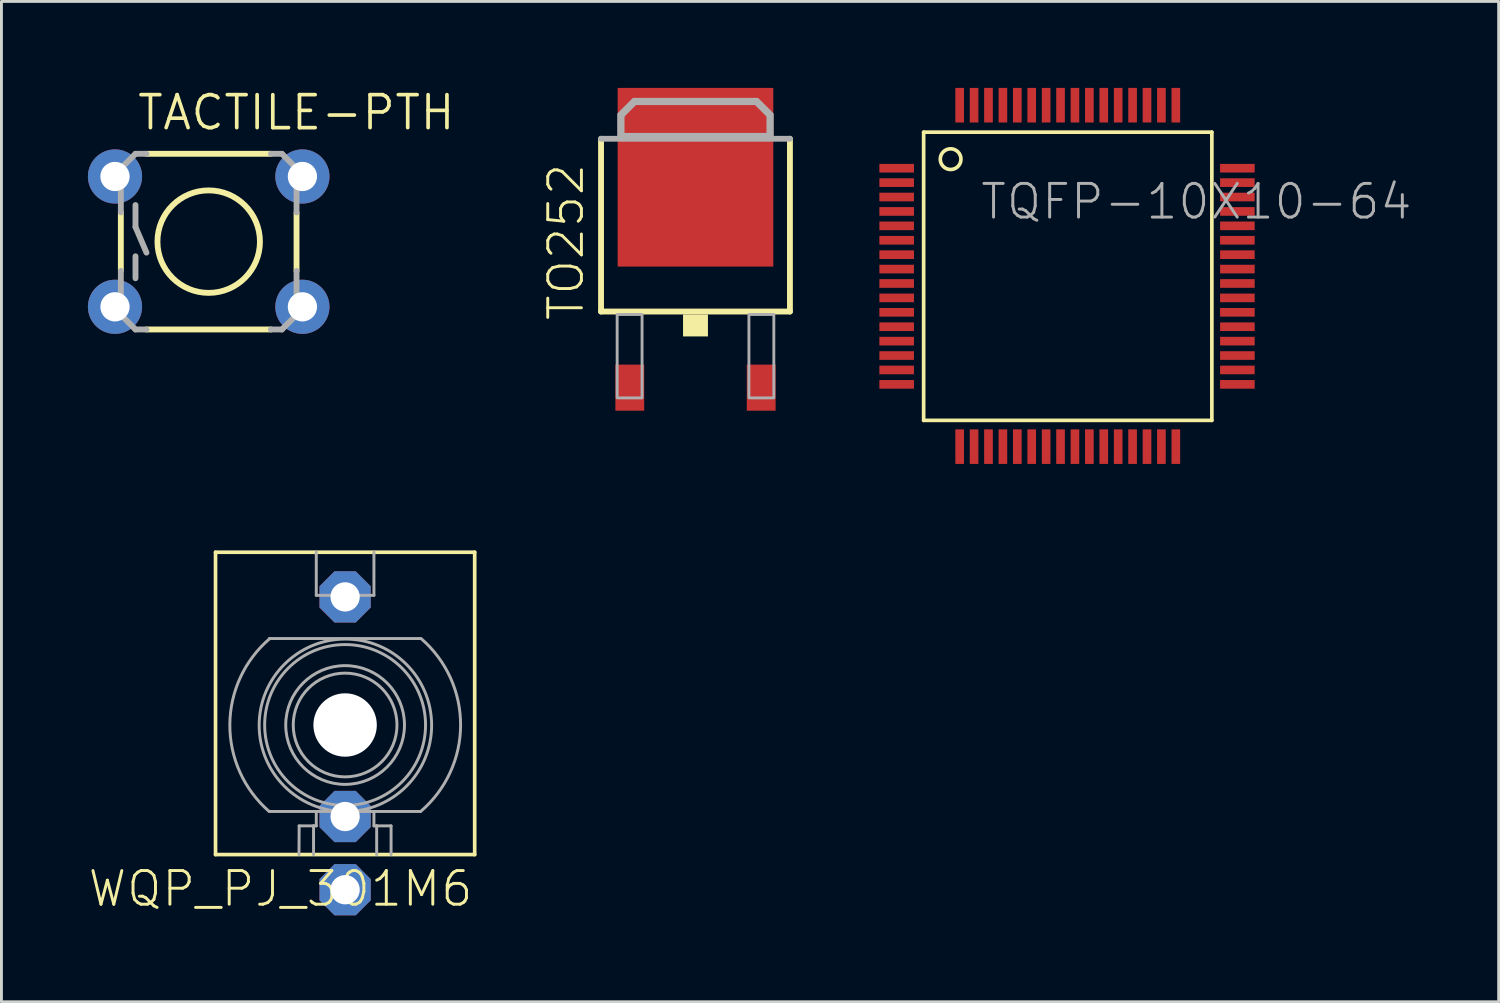
<source format=kicad_pcb>
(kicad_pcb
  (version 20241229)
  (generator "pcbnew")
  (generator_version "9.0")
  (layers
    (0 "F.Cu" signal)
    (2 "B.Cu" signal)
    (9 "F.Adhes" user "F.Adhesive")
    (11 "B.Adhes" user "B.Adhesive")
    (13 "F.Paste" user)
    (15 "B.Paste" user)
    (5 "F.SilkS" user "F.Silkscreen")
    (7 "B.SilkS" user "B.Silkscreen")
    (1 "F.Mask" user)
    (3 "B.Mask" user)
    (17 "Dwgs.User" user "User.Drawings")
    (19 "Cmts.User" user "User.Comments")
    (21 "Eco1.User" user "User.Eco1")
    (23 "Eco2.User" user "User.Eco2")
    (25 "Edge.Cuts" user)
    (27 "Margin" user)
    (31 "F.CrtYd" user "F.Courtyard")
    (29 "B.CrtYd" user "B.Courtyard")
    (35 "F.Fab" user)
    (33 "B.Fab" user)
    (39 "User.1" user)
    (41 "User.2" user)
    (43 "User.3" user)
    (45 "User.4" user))
  (footprint "TO252"
    (layer "F.Cu")
    (at 21.081 5.6)
    (property "Reference" "TO252" (at -3.81 2.54 90) (layer "F.SilkS") (effects (font (size 1.168 1.168) (thickness 0.102)) (justify left bottom)))
    (fp_line (start -3.277 2.159) (end -3.277 -3.835) (stroke (width 0.203) (type solid)) (layer "F.SilkS"))
    (fp_line (start 3.277 -3.835) (end 3.277 2.159) (stroke (width 0.203) (type solid)) (layer "F.SilkS"))
    (fp_line (start 3.277 2.159) (end -3.277 2.159) (stroke (width 0.203) (type solid)) (layer "F.SilkS"))
    (fp_poly (pts (xy -0.432 3.023) (xy 0.432 3.023) (xy 0.432 2.261) (xy -0.432 2.261)) (stroke (width 0) (type solid)) (fill yes) (layer "F.SilkS"))
    (fp_line (start -3.277 -3.835) (end 3.277 -3.835) (stroke (width 0.203) (type solid)) (layer "F.Fab"))
    (fp_line (start -2.565 -4.648) (end -2.108 -5.105) (stroke (width 0.203) (type solid)) (layer "F.Fab"))
    (fp_line (start -2.565 -3.937) (end -2.565 -4.648) (stroke (width 0.203) (type solid)) (layer "F.Fab"))
    (fp_line (start -2.108 -5.105) (end 2.108 -5.105) (stroke (width 0.203) (type solid)) (layer "F.Fab"))
    (fp_line (start 2.108 -5.105) (end 2.565 -4.648) (stroke (width 0.203) (type solid)) (layer "F.Fab"))
    (fp_line (start 2.565 -4.648) (end 2.565 -3.937) (stroke (width 0.203) (type solid)) (layer "F.Fab"))
    (fp_line (start 2.565 -3.937) (end -2.565 -3.937) (stroke (width 0.203) (type solid)) (layer "F.Fab"))
    (fp_poly (pts (xy -2.718 5.156) (xy -1.854 5.156) (xy -1.854 2.261) (xy -2.718 2.261)) (stroke (width 0.1) (type solid)) (fill no) (layer "F.Fab"))
    (fp_poly (pts (xy 1.854 5.156) (xy 2.718 5.156) (xy 2.718 2.261) (xy 1.854 2.261)) (stroke (width 0.1) (type solid)) (fill no) (layer "F.Fab"))
    (fp_poly (pts (xy 2.665 -4.69) (xy 2.665 -3.837) (xy -2.665 -3.837) (xy -2.665 -4.69) (xy -2.15 -5.205) (xy 2.15 -5.205)) (stroke (width 0.1) (type solid)) (fill no) (layer "F.Fab"))
    (pad "1" smd rect (at -2.28 4.8) (size 1 1.6) (layers "F.Cu" "F.Mask" "F.Paste"))
    (pad "2" smd rect (at 2.28 4.8) (size 1 1.6) (layers "F.Cu" "F.Mask" "F.Paste"))
    (pad "3" smd rect (at 0 -2.5) (size 5.4 6.2) (layers "F.Cu" "F.Mask" "F.Paste")))
  (footprint "WQP_PJ_301M6"
    (layer "F.Cu")
    (at 8.924 22.105)
    (property "Reference" "WQP_PJ_301M6" (at 4.5 5 0) (layer "F.SilkS") (effects (font (size 1.168 1.168) (thickness 0.102)) (justify right top)))
    (fp_line (start -4.496 -5.994) (end 4.496 -5.994) (stroke (width 0.127) (type solid)) (layer "F.SilkS"))
    (fp_line (start -4.496 4.496) (end -4.496 -5.994) (stroke (width 0.127) (type solid)) (layer "F.SilkS"))
    (fp_line (start 4.496 -5.994) (end 4.496 4.496) (stroke (width 0.127) (type solid)) (layer "F.SilkS"))
    (fp_line (start 4.496 4.496) (end -4.496 4.496) (stroke (width 0.127) (type solid)) (layer "F.SilkS"))
    (fp_line (start -2.631 -3) (end 2.62 -3) (stroke (width 0.102) (type solid)) (layer "F.Fab"))
    (fp_line (start -2.631 3) (end 2.62 3) (stroke (width 0.102) (type solid)) (layer "F.Fab"))
    (fp_line (start -1.6 4.496) (end -1.595 3.5) (stroke (width 0.102) (type solid)) (layer "F.Fab"))
    (fp_line (start -1.595 3.5) (end -1.095 3.5) (stroke (width 0.102) (type solid)) (layer "F.Fab"))
    (fp_line (start -1.095 3.5) (end -1.095 4.5) (stroke (width 0.102) (type solid)) (layer "F.Fab"))
    (fp_line (start -1.095 3.5) (end -1 3.5) (stroke (width 0.102) (type solid)) (layer "F.Fab"))
    (fp_line (start -1 -4.5) (end -1 -6) (stroke (width 0.102) (type solid)) (layer "F.Fab"))
    (fp_line (start -1 0) (end 1 0) (stroke (width 0.102) (type solid)) (layer "F.Fab"))
    (fp_line (start -1 3.5) (end -1 3) (stroke (width 0.102) (type solid)) (layer "F.Fab"))
    (fp_line (start 0 -1) (end 0 1) (stroke (width 0.102) (type solid)) (layer "F.Fab"))
    (fp_line (start 1 -6) (end 1 -4.5) (stroke (width 0.102) (type solid)) (layer "F.Fab"))
    (fp_line (start 1 -4.5) (end -1 -4.5) (stroke (width 0.102) (type solid)) (layer "F.Fab"))
    (fp_line (start 1 3) (end 1 3.5) (stroke (width 0.102) (type solid)) (layer "F.Fab"))
    (fp_line (start 1 3.5) (end 1.095 3.5) (stroke (width 0.102) (type solid)) (layer "F.Fab"))
    (fp_line (start 1.095 3.5) (end 1.095 4.5) (stroke (width 0.102) (type solid)) (layer "F.Fab"))
    (fp_line (start 1.095 3.5) (end 1.595 3.5) (stroke (width 0.102) (type solid)) (layer "F.Fab"))
    (fp_line (start 1.595 3.5) (end 1.595 4.5) (stroke (width 0.102) (type solid)) (layer "F.Fab"))
    (fp_arc (start -2.641998 2.994) (mid -3.999529 -0.012791) (end -2.608 -3.004) (stroke (width 0.1016) (type solid)) (layer "F.Fab"))
    (fp_arc (start 2.642 -2.994) (mid 4.007235 0.003208) (end 2.628 2.994) (stroke (width 0.1016) (type solid)) (layer "F.Fab"))
    (fp_circle (center 0 0) (end 1.8 0) (stroke (width 0.102) (type solid)) (fill no) (layer "F.Fab"))
    (fp_circle (center 0 0) (end 2.06 0) (stroke (width 0.102) (type solid)) (fill no) (layer "F.Fab"))
    (fp_circle (center 0 0) (end 2.791 0) (stroke (width 0.102) (type solid)) (fill no) (layer "F.Fab"))
    (fp_circle (center 0.01 0.01) (end 3.002 0.01) (stroke (width 0.102) (type solid)) (fill no) (layer "F.Fab"))
    (pad "" np_thru_hole circle (at 0 0) (size 2.2 2.2) (drill 2.2) (layers "*.Cu" "*.Mask"))
    (pad "P1" thru_hole roundrect (at 0 5.715) (size 1.778 1.778) (drill 1.016) (layers "*.Cu" "*.Mask") (roundrect_rratio 0.25) (chamfer_ratio 0.293) (chamfer top_left top_right bottom_left bottom_right))
    (pad "P2" thru_hole roundrect (at 0 3.175) (size 1.778 1.778) (drill 1.016) (layers "*.Cu" "*.Mask") (roundrect_rratio 0.25) (chamfer_ratio 0.293) (chamfer top_left top_right bottom_left bottom_right))
    (pad "P3" thru_hole roundrect (at 0 -4.445) (size 1.778 1.778) (drill 1.016) (layers "*.Cu" "*.Mask") (roundrect_rratio 0.25) (chamfer_ratio 0.293) (chamfer top_left top_right bottom_left bottom_right)))
  (footprint "TQFP-10X10-64"
    (layer "F.Cu")
    (at 33.997 6.536)
    (property "Reference" "TQFP-10X10-64" (at -3.086 -1.906 0) (layer "F.Fab") (effects (font (size 1.168 1.168) (thickness 0.102)) (justify left bottom)))
    (fp_line (start -5 -5) (end -5 5) (stroke (width 0.127) (type solid)) (layer "F.SilkS"))
    (fp_line (start -5 5) (end 5 5) (stroke (width 0.127) (type solid)) (layer "F.SilkS"))
    (fp_line (start 5 -5) (end -5 -5) (stroke (width 0.127) (type solid)) (layer "F.SilkS"))
    (fp_line (start 5 5) (end 5 -5) (stroke (width 0.127) (type solid)) (layer "F.SilkS"))
    (fp_circle (center -4.064 -4.064) (end -3.705 -4.064) (stroke (width 0.127) (type solid)) (fill no) (layer "F.SilkS"))
    (pad "1" smd rect (at -5.936 -3.75 270) (size 0.3 1.2) (layers "F.Cu" "F.Mask" "F.Paste"))
    (pad "2" smd rect (at -5.936 -3.25 270) (size 0.3 1.2) (layers "F.Cu" "F.Mask" "F.Paste"))
    (pad "3" smd rect (at -5.936 -2.75 270) (size 0.3 1.2) (layers "F.Cu" "F.Mask" "F.Paste"))
    (pad "4" smd rect (at -5.936 -2.25 270) (size 0.3 1.2) (layers "F.Cu" "F.Mask" "F.Paste"))
    (pad "5" smd rect (at -5.936 -1.75 270) (size 0.3 1.2) (layers "F.Cu" "F.Mask" "F.Paste"))
    (pad "6" smd rect (at -5.936 -1.25 270) (size 0.3 1.2) (layers "F.Cu" "F.Mask" "F.Paste"))
    (pad "7" smd rect (at -5.936 -0.75 270) (size 0.3 1.2) (layers "F.Cu" "F.Mask" "F.Paste"))
    (pad "8" smd rect (at -5.936 -0.25 270) (size 0.3 1.2) (layers "F.Cu" "F.Mask" "F.Paste"))
    (pad "9" smd rect (at -5.936 0.25 270) (size 0.3 1.2) (layers "F.Cu" "F.Mask" "F.Paste"))
    (pad "10" smd rect (at -5.936 0.75 270) (size 0.3 1.2) (layers "F.Cu" "F.Mask" "F.Paste"))
    (pad "11" smd rect (at -5.936 1.25 270) (size 0.3 1.2) (layers "F.Cu" "F.Mask" "F.Paste"))
    (pad "12" smd rect (at -5.936 1.75 270) (size 0.3 1.2) (layers "F.Cu" "F.Mask" "F.Paste"))
    (pad "13" smd rect (at -5.936 2.25 270) (size 0.3 1.2) (layers "F.Cu" "F.Mask" "F.Paste"))
    (pad "14" smd rect (at -5.936 2.75 270) (size 0.3 1.2) (layers "F.Cu" "F.Mask" "F.Paste"))
    (pad "15" smd rect (at -5.936 3.25 270) (size 0.3 1.2) (layers "F.Cu" "F.Mask" "F.Paste"))
    (pad "16" smd rect (at -5.936 3.75 270) (size 0.3 1.2) (layers "F.Cu" "F.Mask" "F.Paste"))
    (pad "17" smd rect (at -3.75 5.911) (size 0.3 1.2) (layers "F.Cu" "F.Mask" "F.Paste"))
    (pad "18" smd rect (at -3.25 5.911) (size 0.3 1.2) (layers "F.Cu" "F.Mask" "F.Paste"))
    (pad "19" smd rect (at -2.75 5.911) (size 0.3 1.2) (layers "F.Cu" "F.Mask" "F.Paste"))
    (pad "20" smd rect (at -2.25 5.911) (size 0.3 1.2) (layers "F.Cu" "F.Mask" "F.Paste"))
    (pad "21" smd rect (at -1.75 5.911) (size 0.3 1.2) (layers "F.Cu" "F.Mask" "F.Paste"))
    (pad "22" smd rect (at -1.25 5.911) (size 0.3 1.2) (layers "F.Cu" "F.Mask" "F.Paste"))
    (pad "23" smd rect (at -0.75 5.911) (size 0.3 1.2) (layers "F.Cu" "F.Mask" "F.Paste"))
    (pad "24" smd rect (at -0.25 5.911) (size 0.3 1.2) (layers "F.Cu" "F.Mask" "F.Paste"))
    (pad "25" smd rect (at 0.25 5.911) (size 0.3 1.2) (layers "F.Cu" "F.Mask" "F.Paste"))
    (pad "26" smd rect (at 0.75 5.911) (size 0.3 1.2) (layers "F.Cu" "F.Mask" "F.Paste"))
    (pad "27" smd rect (at 1.25 5.911) (size 0.3 1.2) (layers "F.Cu" "F.Mask" "F.Paste"))
    (pad "28" smd rect (at 1.75 5.911) (size 0.3 1.2) (layers "F.Cu" "F.Mask" "F.Paste"))
    (pad "29" smd rect (at 2.25 5.911) (size 0.3 1.2) (layers "F.Cu" "F.Mask" "F.Paste"))
    (pad "30" smd rect (at 2.75 5.911) (size 0.3 1.2) (layers "F.Cu" "F.Mask" "F.Paste"))
    (pad "31" smd rect (at 3.25 5.911) (size 0.3 1.2) (layers "F.Cu" "F.Mask" "F.Paste"))
    (pad "32" smd rect (at 3.75 5.911) (size 0.3 1.2) (layers "F.Cu" "F.Mask" "F.Paste"))
    (pad "33" smd rect (at 5.886 3.75 90) (size 0.3 1.2) (layers "F.Cu" "F.Mask" "F.Paste"))
    (pad "34" smd rect (at 5.886 3.25 90) (size 0.3 1.2) (layers "F.Cu" "F.Mask" "F.Paste"))
    (pad "35" smd rect (at 5.886 2.75 90) (size 0.3 1.2) (layers "F.Cu" "F.Mask" "F.Paste"))
    (pad "36" smd rect (at 5.886 2.25 90) (size 0.3 1.2) (layers "F.Cu" "F.Mask" "F.Paste"))
    (pad "37" smd rect (at 5.886 1.75 90) (size 0.3 1.2) (layers "F.Cu" "F.Mask" "F.Paste"))
    (pad "38" smd rect (at 5.886 1.25 90) (size 0.3 1.2) (layers "F.Cu" "F.Mask" "F.Paste"))
    (pad "39" smd rect (at 5.886 0.75 90) (size 0.3 1.2) (layers "F.Cu" "F.Mask" "F.Paste"))
    (pad "40" smd rect (at 5.886 0.25 90) (size 0.3 1.2) (layers "F.Cu" "F.Mask" "F.Paste"))
    (pad "41" smd rect (at 5.886 -0.25 90) (size 0.3 1.2) (layers "F.Cu" "F.Mask" "F.Paste"))
    (pad "42" smd rect (at 5.886 -0.75 90) (size 0.3 1.2) (layers "F.Cu" "F.Mask" "F.Paste"))
    (pad "43" smd rect (at 5.886 -1.25 90) (size 0.3 1.2) (layers "F.Cu" "F.Mask" "F.Paste"))
    (pad "44" smd rect (at 5.886 -1.75 90) (size 0.3 1.2) (layers "F.Cu" "F.Mask" "F.Paste"))
    (pad "45" smd rect (at 5.886 -2.25 90) (size 0.3 1.2) (layers "F.Cu" "F.Mask" "F.Paste"))
    (pad "46" smd rect (at 5.886 -2.75 90) (size 0.3 1.2) (layers "F.Cu" "F.Mask" "F.Paste"))
    (pad "47" smd rect (at 5.886 -3.25 90) (size 0.3 1.2) (layers "F.Cu" "F.Mask" "F.Paste"))
    (pad "48" smd rect (at 5.886 -3.75 90) (size 0.3 1.2) (layers "F.Cu" "F.Mask" "F.Paste"))
    (pad "49" smd rect (at 3.75 -5.936 180) (size 0.3 1.2) (layers "F.Cu" "F.Mask" "F.Paste"))
    (pad "50" smd rect (at 3.25 -5.936 180) (size 0.3 1.2) (layers "F.Cu" "F.Mask" "F.Paste"))
    (pad "51" smd rect (at 2.75 -5.936 180) (size 0.3 1.2) (layers "F.Cu" "F.Mask" "F.Paste"))
    (pad "52" smd rect (at 2.25 -5.936 180) (size 0.3 1.2) (layers "F.Cu" "F.Mask" "F.Paste"))
    (pad "53" smd rect (at 1.75 -5.936 180) (size 0.3 1.2) (layers "F.Cu" "F.Mask" "F.Paste"))
    (pad "54" smd rect (at 1.25 -5.936 180) (size 0.3 1.2) (layers "F.Cu" "F.Mask" "F.Paste"))
    (pad "55" smd rect (at 0.75 -5.936 180) (size 0.3 1.2) (layers "F.Cu" "F.Mask" "F.Paste"))
    (pad "56" smd rect (at 0.25 -5.936 180) (size 0.3 1.2) (layers "F.Cu" "F.Mask" "F.Paste"))
    (pad "57" smd rect (at -0.25 -5.936 180) (size 0.3 1.2) (layers "F.Cu" "F.Mask" "F.Paste"))
    (pad "58" smd rect (at -0.75 -5.936 180) (size 0.3 1.2) (layers "F.Cu" "F.Mask" "F.Paste"))
    (pad "59" smd rect (at -1.25 -5.936 180) (size 0.3 1.2) (layers "F.Cu" "F.Mask" "F.Paste"))
    (pad "60" smd rect (at -1.75 -5.936 180) (size 0.3 1.2) (layers "F.Cu" "F.Mask" "F.Paste"))
    (pad "61" smd rect (at -2.25 -5.936 180) (size 0.3 1.2) (layers "F.Cu" "F.Mask" "F.Paste"))
    (pad "62" smd rect (at -2.75 -5.936 180) (size 0.3 1.2) (layers "F.Cu" "F.Mask" "F.Paste"))
    (pad "63" smd rect (at -3.25 -5.936 180) (size 0.3 1.2) (layers "F.Cu" "F.Mask" "F.Paste"))
    (pad "64" smd rect (at -3.75 -5.936 180) (size 0.3 1.2) (layers "F.Cu" "F.Mask" "F.Paste")))
  (footprint "TACTILE-PTH"
    (layer "F.Cu")
    (at 4.191 5.334)
    (property "Reference" "TACTILE-PTH" (at -2.54 -3.81 0) (layer "F.SilkS") (effects (font (size 1.143 1.143) (thickness 0.127)) (justify left bottom)))
    (fp_line (start -3.048 -1.028) (end -3.048 1.016) (stroke (width 0.203) (type solid)) (layer "F.SilkS"))
    (fp_line (start -2.159 3.048) (end 2.159 3.048) (stroke (width 0.203) (type solid)) (layer "F.SilkS"))
    (fp_line (start 2.159 -3.048) (end -2.159 -3.048) (stroke (width 0.203) (type solid)) (layer "F.SilkS"))
    (fp_line (start 3.048 -0.998) (end 3.048 1.016) (stroke (width 0.203) (type solid)) (layer "F.SilkS"))
    (fp_circle (center 0 0) (end 1.778 0) (stroke (width 0.203) (type solid)) (fill no) (layer "F.SilkS"))
    (fp_line (start -3.048 -2.54) (end -3.048 -1.016) (stroke (width 0.203) (type solid)) (layer "F.Fab"))
    (fp_line (start -3.048 2.54) (end -3.048 1.016) (stroke (width 0.203) (type solid)) (layer "F.Fab"))
    (fp_line (start -2.54 -3.048) (end -3.048 -2.54) (stroke (width 0.203) (type solid)) (layer "F.Fab"))
    (fp_line (start -2.54 -3.048) (end -2.159 -3.048) (stroke (width 0.203) (type solid)) (layer "F.Fab"))
    (fp_line (start -2.54 -1.27) (end -2.54 -0.508) (stroke (width 0.203) (type solid)) (layer "F.Fab"))
    (fp_line (start -2.54 -0.508) (end -2.159 0.381) (stroke (width 0.203) (type solid)) (layer "F.Fab"))
    (fp_line (start -2.54 0.508) (end -2.54 1.27) (stroke (width 0.203) (type solid)) (layer "F.Fab"))
    (fp_line (start -2.54 3.048) (end -3.048 2.54) (stroke (width 0.203) (type solid)) (layer "F.Fab"))
    (fp_line (start -2.54 3.048) (end -2.159 3.048) (stroke (width 0.203) (type solid)) (layer "F.Fab"))
    (fp_line (start 2.54 -3.048) (end 2.159 -3.048) (stroke (width 0.203) (type solid)) (layer "F.Fab"))
    (fp_line (start 2.54 3.048) (end 2.159 3.048) (stroke (width 0.203) (type solid)) (layer "F.Fab"))
    (fp_line (start 2.54 3.048) (end 3.048 2.54) (stroke (width 0.203) (type solid)) (layer "F.Fab"))
    (fp_line (start 3.048 -2.54) (end 2.54 -3.048) (stroke (width 0.203) (type solid)) (layer "F.Fab"))
    (fp_line (start 3.048 -1.016) (end 3.048 -2.54) (stroke (width 0.203) (type solid)) (layer "F.Fab"))
    (fp_line (start 3.048 2.54) (end 3.048 1.016) (stroke (width 0.203) (type solid)) (layer "F.Fab"))
    (pad "1" thru_hole circle (at -3.251 -2.261) (size 1.88 1.88) (drill 1.016) (layers "*.Cu" "*.Mask"))
    (pad "2" thru_hole circle (at 3.251 -2.261) (size 1.88 1.88) (drill 1.016) (layers "*.Cu" "*.Mask"))
    (pad "3" thru_hole circle (at -3.251 2.261) (size 1.88 1.88) (drill 1.016) (layers "*.Cu" "*.Mask"))
    (pad "4" thru_hole circle (at 3.251 2.261) (size 1.88 1.88) (drill 1.016) (layers "*.Cu" "*.Mask")))
  (gr_rect
    (start -3 -3)
    (end 48.948 31.709)
    (stroke (width 0.1) (type default))
    (fill no)
    (layer "Edge.Cuts")))
</source>
